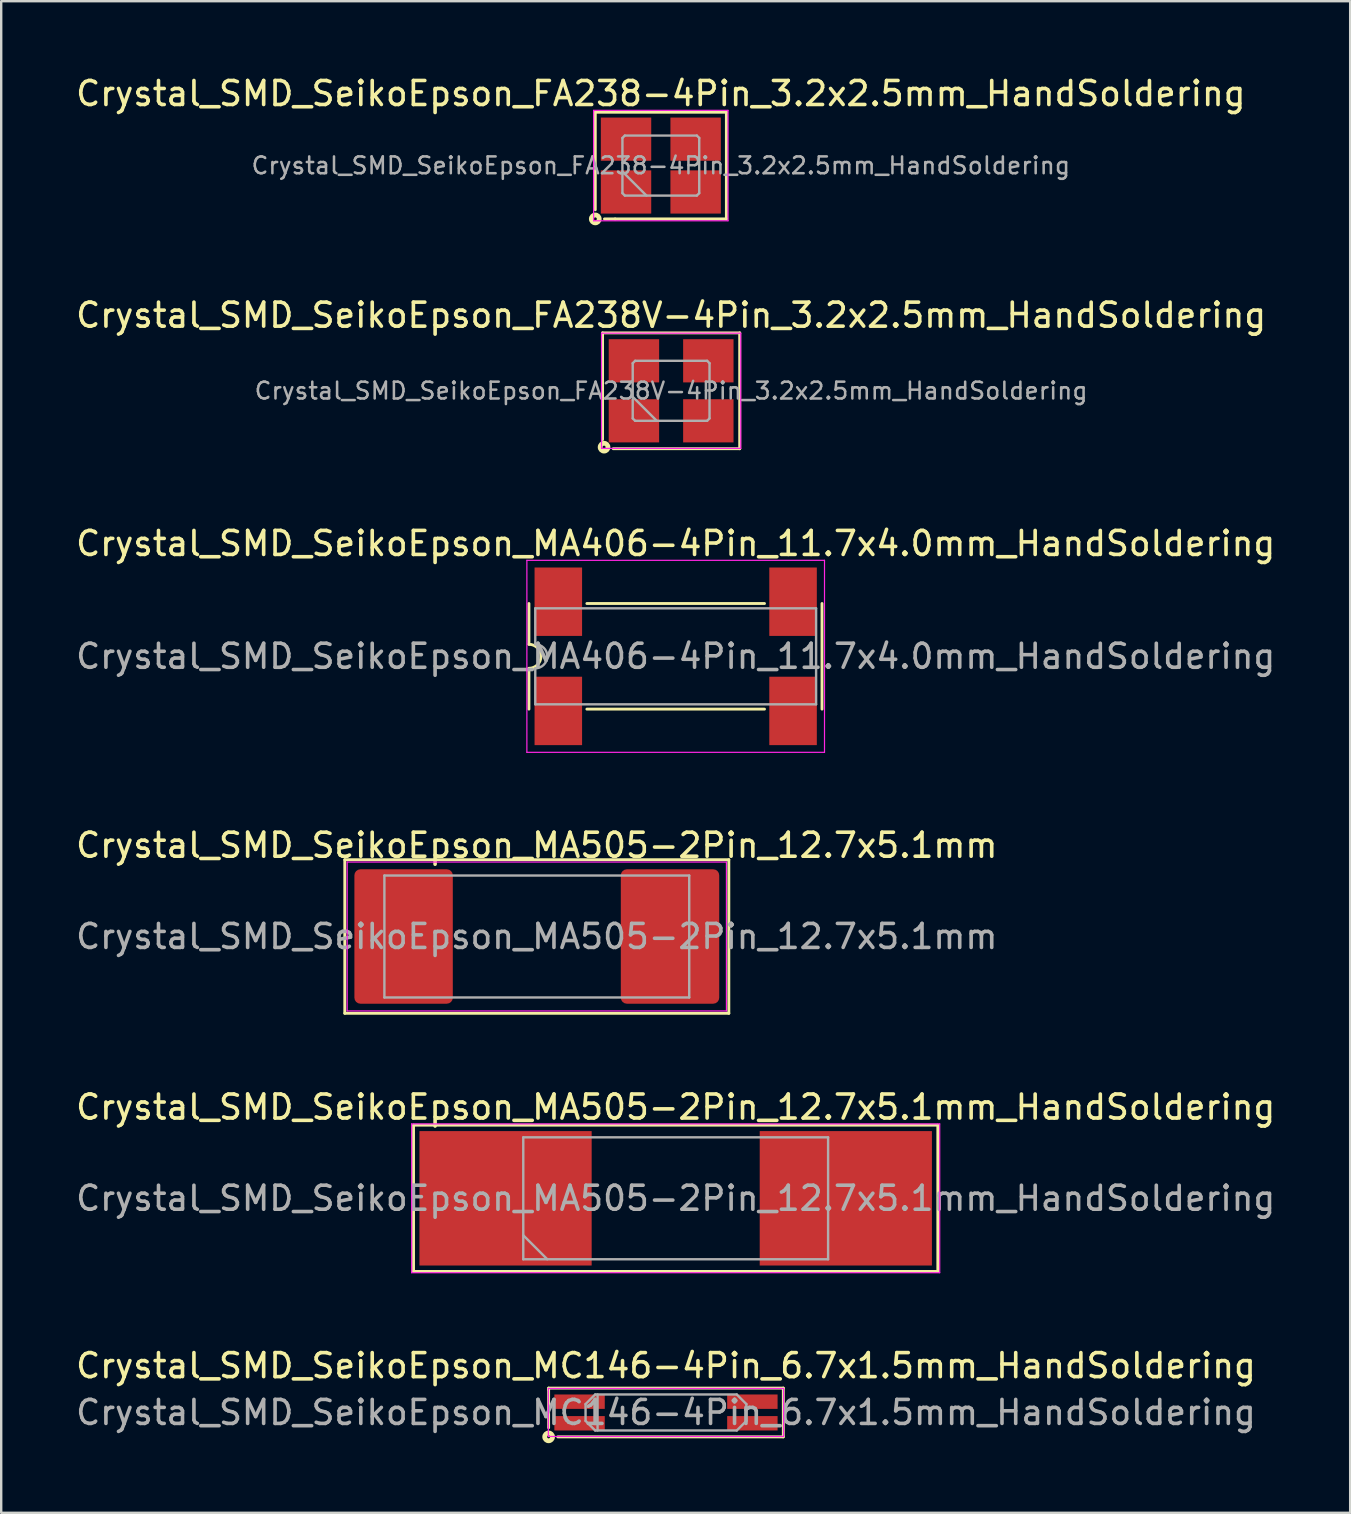
<source format=kicad_pcb>
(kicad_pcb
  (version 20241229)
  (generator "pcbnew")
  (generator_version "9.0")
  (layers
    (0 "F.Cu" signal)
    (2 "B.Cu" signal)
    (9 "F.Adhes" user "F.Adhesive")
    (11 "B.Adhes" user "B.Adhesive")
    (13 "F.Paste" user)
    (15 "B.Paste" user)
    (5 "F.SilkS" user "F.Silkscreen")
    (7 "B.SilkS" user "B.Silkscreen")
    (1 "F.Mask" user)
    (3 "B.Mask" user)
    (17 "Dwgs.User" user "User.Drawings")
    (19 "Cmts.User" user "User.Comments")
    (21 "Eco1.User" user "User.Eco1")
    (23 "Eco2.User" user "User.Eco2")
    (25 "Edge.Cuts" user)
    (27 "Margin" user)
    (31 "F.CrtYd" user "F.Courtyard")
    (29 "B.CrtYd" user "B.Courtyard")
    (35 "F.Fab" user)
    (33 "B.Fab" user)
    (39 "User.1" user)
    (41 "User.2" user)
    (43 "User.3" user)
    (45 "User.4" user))
  (footprint "Crystal_SMD_SeikoEpson_FA238V-4Pin_3.2x2.5mm_HandSoldering"
    (layer "F.Cu")
    (at 24.911 13.232)
    (property "Reference" "Crystal_SMD_SeikoEpson_FA238V-4Pin_3.2x2.5mm_HandSoldering" (at 0 -3.15 0) (layer "F.SilkS") (effects (font (size 1 1) (thickness 0.15))))
    (attr smd)
    (fp_line (start -2.857 -2.413) (end -2.857 2.032) (stroke (width 0.12) (type solid)) (layer "F.SilkS"))
    (fp_line (start -2.413 2.413) (end 2.857 2.413) (stroke (width 0.12) (type solid)) (layer "F.SilkS"))
    (fp_line (start 2.857 -2.413) (end -2.857 -2.413) (stroke (width 0.12) (type solid)) (layer "F.SilkS"))
    (fp_line (start 2.857 2.413) (end 2.857 -2.413) (stroke (width 0.12) (type solid)) (layer "F.SilkS"))
    (fp_circle (center -2.794 2.349) (end -2.731 2.349) (stroke (width 0.2) (type solid)) (fill no) (layer "F.SilkS"))
    (fp_line (start -2.9 -2.4) (end -2.9 2.4) (stroke (width 0.05) (type solid)) (layer "F.CrtYd"))
    (fp_line (start -2.9 2.4) (end 2.9 2.4) (stroke (width 0.05) (type solid)) (layer "F.CrtYd"))
    (fp_line (start 2.9 -2.4) (end -2.9 -2.4) (stroke (width 0.05) (type solid)) (layer "F.CrtYd"))
    (fp_line (start 2.9 2.4) (end 2.9 -2.4) (stroke (width 0.05) (type solid)) (layer "F.CrtYd"))
    (fp_line (start -1.6 -1.15) (end -1.5 -1.25) (stroke (width 0.1) (type solid)) (layer "F.Fab"))
    (fp_line (start -1.6 0.25) (end -0.6 1.25) (stroke (width 0.1) (type solid)) (layer "F.Fab"))
    (fp_line (start -1.6 1.15) (end -1.6 -1.15) (stroke (width 0.1) (type solid)) (layer "F.Fab"))
    (fp_line (start -1.5 -1.25) (end 1.5 -1.25) (stroke (width 0.1) (type solid)) (layer "F.Fab"))
    (fp_line (start -1.5 1.25) (end -1.6 1.15) (stroke (width 0.1) (type solid)) (layer "F.Fab"))
    (fp_line (start 1.5 -1.25) (end 1.6 -1.15) (stroke (width 0.1) (type solid)) (layer "F.Fab"))
    (fp_line (start 1.5 1.25) (end -1.5 1.25) (stroke (width 0.1) (type solid)) (layer "F.Fab"))
    (fp_line (start 1.6 -1.15) (end 1.6 1.15) (stroke (width 0.1) (type solid)) (layer "F.Fab"))
    (fp_line (start 1.6 1.15) (end 1.5 1.25) (stroke (width 0.1) (type solid)) (layer "F.Fab"))
    (fp_text user "${REFERENCE}" (at 0 0 0) (layer "F.Fab") (effects (font (size 0.7 0.7) (thickness 0.105))))
    (pad "1" smd rect (at -1.55 1.25) (size 2.1 1.8) (layers "F.Cu" "F.Mask" "F.Paste"))
    (pad "2" smd rect (at 1.55 1.25) (size 2.1 1.8) (layers "F.Cu" "F.Mask" "F.Paste"))
    (pad "3" smd rect (at 1.55 -1.25) (size 2.1 1.8) (layers "F.Cu" "F.Mask" "F.Paste"))
    (pad "4" smd rect (at -1.55 -1.25) (size 2.1 1.8) (layers "F.Cu" "F.Mask" "F.Paste")))
  (footprint "Crystal_SMD_SeikoEpson_MC146-4Pin_6.7x1.5mm_HandSoldering"
    (layer "F.Cu")
    (at 24.696 55.798)
    (property "Reference" "Crystal_SMD_SeikoEpson_MC146-4Pin_6.7x1.5mm_HandSoldering" (at 0 -1.95 0) (layer "F.SilkS") (effects (font (size 1 1) (thickness 0.15))))
    (attr smd)
    (fp_line (start -4.889 -1.016) (end 4.889 -1.016) (stroke (width 0.12) (type solid)) (layer "F.SilkS"))
    (fp_line (start -4.889 -0.953) (end -4.889 -1.016) (stroke (width 0.12) (type solid)) (layer "F.SilkS"))
    (fp_line (start -4.889 0.635) (end -4.889 -0.953) (stroke (width 0.12) (type solid)) (layer "F.SilkS"))
    (fp_line (start 4.889 -1.016) (end 4.889 1.016) (stroke (width 0.12) (type solid)) (layer "F.SilkS"))
    (fp_line (start 4.889 1.016) (end -4.508 1.016) (stroke (width 0.12) (type solid)) (layer "F.SilkS"))
    (fp_circle (center -4.889 1.016) (end -4.826 1.016) (stroke (width 0.2) (type solid)) (fill no) (layer "F.SilkS"))
    (fp_line (start -4.9 -1) (end -4.9 1) (stroke (width 0.05) (type solid)) (layer "F.CrtYd"))
    (fp_line (start -4.9 1) (end 4.9 1) (stroke (width 0.05) (type solid)) (layer "F.CrtYd"))
    (fp_line (start 4.9 -1) (end -4.9 -1) (stroke (width 0.05) (type solid)) (layer "F.CrtYd"))
    (fp_line (start 4.9 1) (end 4.9 -1) (stroke (width 0.05) (type solid)) (layer "F.CrtYd"))
    (fp_line (start -3.35 -0.35) (end -2.95 -0.75) (stroke (width 0.1) (type solid)) (layer "F.Fab"))
    (fp_line (start -3.35 0.35) (end -3.35 -0.35) (stroke (width 0.1) (type solid)) (layer "F.Fab"))
    (fp_line (start -2.95 -0.75) (end 2.95 -0.75) (stroke (width 0.1) (type solid)) (layer "F.Fab"))
    (fp_line (start -2.95 0.75) (end -3.35 0.35) (stroke (width 0.1) (type solid)) (layer "F.Fab"))
    (fp_line (start -2.85 -0.75) (end -2.85 0.75) (stroke (width 0.1) (type solid)) (layer "F.Fab"))
    (fp_line (start 2.95 -0.75) (end 3.35 -0.35) (stroke (width 0.1) (type solid)) (layer "F.Fab"))
    (fp_line (start 2.95 0.75) (end -2.95 0.75) (stroke (width 0.1) (type solid)) (layer "F.Fab"))
    (fp_line (start 3.35 -0.35) (end 3.35 0.35) (stroke (width 0.1) (type solid)) (layer "F.Fab"))
    (fp_line (start 3.35 0.35) (end 2.95 0.75) (stroke (width 0.1) (type solid)) (layer "F.Fab"))
    (fp_text user "${REFERENCE}" (at 0 0 0) (layer "F.Fab") (effects (font (size 1 1) (thickness 0.15))))
    (pad "1" smd rect (at -3.6 0.45) (size 2.1 0.6) (layers "F.Cu" "F.Mask" "F.Paste"))
    (pad "2" smd rect (at 3.6 0.45) (size 2.1 0.6) (layers "F.Cu" "F.Mask" "F.Paste"))
    (pad "3" smd rect (at 3.6 -0.45) (size 2.1 0.6) (layers "F.Cu" "F.Mask" "F.Paste"))
    (pad "4" smd rect (at -3.6 -0.45) (size 2.1 0.6) (layers "F.Cu" "F.Mask" "F.Paste")))
  (footprint "Crystal_SMD_SeikoEpson_MA505-2Pin_12.7x5.1mm"
    (layer "F.Cu")
    (at 19.315 35.967)
    (property "Reference" "Crystal_SMD_SeikoEpson_MA505-2Pin_12.7x5.1mm" (at 0 -3.8 0) (layer "F.SilkS") (effects (font (size 1 1) (thickness 0.15))))
    (attr smd)
    (fp_line (start -8 -3.2) (end -8 3.2) (stroke (width 0.12) (type solid)) (layer "F.SilkS"))
    (fp_line (start -8 3.2) (end 8 3.2) (stroke (width 0.12) (type solid)) (layer "F.SilkS"))
    (fp_line (start 8 -3.2) (end -8 -3.2) (stroke (width 0.12) (type solid)) (layer "F.SilkS"))
    (fp_line (start 8 3.2) (end 8 -3.2) (stroke (width 0.12) (type solid)) (layer "F.SilkS"))
    (fp_line (start -7.9 -3.1) (end -7.9 3.1) (stroke (width 0.05) (type solid)) (layer "F.CrtYd"))
    (fp_line (start -7.9 3.1) (end 7.9 3.1) (stroke (width 0.05) (type solid)) (layer "F.CrtYd"))
    (fp_line (start 7.9 -3.1) (end -7.9 -3.1) (stroke (width 0.05) (type solid)) (layer "F.CrtYd"))
    (fp_line (start 7.9 3.1) (end 7.9 -3.1) (stroke (width 0.05) (type solid)) (layer "F.CrtYd"))
    (fp_line (start -6.35 -2.54) (end -6.35 2.54) (stroke (width 0.1) (type solid)) (layer "F.Fab"))
    (fp_line (start -6.35 2.54) (end 6.35 2.54) (stroke (width 0.1) (type solid)) (layer "F.Fab"))
    (fp_line (start 6.35 -2.54) (end -6.35 -2.54) (stroke (width 0.1) (type solid)) (layer "F.Fab"))
    (fp_line (start 6.35 2.54) (end 6.35 -2.54) (stroke (width 0.1) (type solid)) (layer "F.Fab"))
    (fp_text user "${REFERENCE}" (at 0 0 0) (layer "F.Fab") (effects (font (size 1 1) (thickness 0.15))))
    (pad "1" smd roundrect (at -5.55 0) (size 4.1 5.6) (layers "F.Cu" "F.Mask" "F.Paste") (roundrect_rratio 0.061))
    (pad "2" smd roundrect (at 5.55 0) (size 4.1 5.6) (layers "F.Cu" "F.Mask" "F.Paste") (roundrect_rratio 0.061)))
  (footprint "Crystal_SMD_SeikoEpson_MA505-2Pin_12.7x5.1mm_HandSoldering"
    (layer "F.Cu")
    (at 25.101 46.875)
    (property "Reference" "Crystal_SMD_SeikoEpson_MA505-2Pin_12.7x5.1mm_HandSoldering" (at 0 -3.8 0) (layer "F.SilkS") (effects (font (size 1 1) (thickness 0.15))))
    (attr smd)
    (fp_line (start -10.922 -3.048) (end -10.922 3.048) (stroke (width 0.12) (type solid)) (layer "F.SilkS"))
    (fp_line (start -10.922 3.048) (end 10.922 3.048) (stroke (width 0.12) (type solid)) (layer "F.SilkS"))
    (fp_line (start 10.922 -3.048) (end -10.922 -3.048) (stroke (width 0.12) (type solid)) (layer "F.SilkS"))
    (fp_line (start 10.922 3.048) (end 10.922 -3.048) (stroke (width 0.12) (type solid)) (layer "F.SilkS"))
    (fp_line (start -11 -3.1) (end -11 3.1) (stroke (width 0.05) (type solid)) (layer "F.CrtYd"))
    (fp_line (start -11 3.1) (end 11 3.1) (stroke (width 0.05) (type solid)) (layer "F.CrtYd"))
    (fp_line (start 11 -3.1) (end -11 -3.1) (stroke (width 0.05) (type solid)) (layer "F.CrtYd"))
    (fp_line (start 11 3.1) (end 11 -3.1) (stroke (width 0.05) (type solid)) (layer "F.CrtYd"))
    (fp_line (start -6.35 -2.54) (end -6.35 2.54) (stroke (width 0.1) (type solid)) (layer "F.Fab"))
    (fp_line (start -6.35 1.54) (end -5.35 2.54) (stroke (width 0.1) (type solid)) (layer "F.Fab"))
    (fp_line (start -6.35 2.54) (end 6.35 2.54) (stroke (width 0.1) (type solid)) (layer "F.Fab"))
    (fp_line (start 6.35 -2.54) (end -6.35 -2.54) (stroke (width 0.1) (type solid)) (layer "F.Fab"))
    (fp_line (start 6.35 2.54) (end 6.35 -2.54) (stroke (width 0.1) (type solid)) (layer "F.Fab"))
    (fp_text user "${REFERENCE}" (at 0 0 0) (layer "F.Fab") (effects (font (size 1 1) (thickness 0.15))))
    (pad "1" smd rect (at -7.088 0) (size 7.175 5.6) (layers "F.Cu" "F.Mask" "F.Paste"))
    (pad "2" smd rect (at 7.088 0) (size 7.175 5.6) (layers "F.Cu" "F.Mask" "F.Paste")))
  (footprint "Crystal_SMD_SeikoEpson_MA406-4Pin_11.7x4.0mm_HandSoldering"
    (layer "F.Cu")
    (at 25.101 24.294)
    (property "Reference" "Crystal_SMD_SeikoEpson_MA406-4Pin_11.7x4.0mm_HandSoldering" (at 0 -4.7 0) (layer "F.SilkS") (effects (font (size 1 1) (thickness 0.15))))
    (attr smd)
    (fp_line (start -6.114 -0.5) (end -6.114 -2.2) (stroke (width 0.12) (type solid)) (layer "F.SilkS"))
    (fp_line (start -6.114 2.2) (end -6.114 0.5) (stroke (width 0.12) (type solid)) (layer "F.SilkS"))
    (fp_line (start -3.7 -2.2) (end 3.7 -2.2) (stroke (width 0.12) (type solid)) (layer "F.SilkS"))
    (fp_line (start 3.7 2.2) (end -3.7 2.2) (stroke (width 0.12) (type solid)) (layer "F.SilkS"))
    (fp_line (start 6.096 -2.2) (end 6.096 2.2) (stroke (width 0.12) (type solid)) (layer "F.SilkS"))
    (fp_arc (start -6.1135 -0.5) (mid -5.6135 0) (end -6.1135 0.5) (stroke (width 0.12) (type solid)) (layer "F.SilkS"))
    (fp_line (start -6.2 -4) (end -6.2 4) (stroke (width 0.05) (type solid)) (layer "F.CrtYd"))
    (fp_line (start -6.2 4) (end 6.2 4) (stroke (width 0.05) (type solid)) (layer "F.CrtYd"))
    (fp_line (start 6.2 -4) (end -6.2 -4) (stroke (width 0.05) (type solid)) (layer "F.CrtYd"))
    (fp_line (start 6.2 4) (end 6.2 -4) (stroke (width 0.05) (type solid)) (layer "F.CrtYd"))
    (fp_line (start -5.85 -2) (end 5.85 -2) (stroke (width 0.1) (type solid)) (layer "F.Fab"))
    (fp_line (start -5.85 -0.5) (end -5.85 -2) (stroke (width 0.1) (type solid)) (layer "F.Fab"))
    (fp_line (start -5.85 2) (end -5.85 0.5) (stroke (width 0.1) (type solid)) (layer "F.Fab"))
    (fp_line (start 5.85 -2) (end 5.85 2) (stroke (width 0.1) (type solid)) (layer "F.Fab"))
    (fp_line (start 5.85 2) (end -5.85 2) (stroke (width 0.1) (type solid)) (layer "F.Fab"))
    (fp_arc (start -5.85 -0.5) (mid -5.35 0) (end -5.85 0.5) (stroke (width 0.1) (type solid)) (layer "F.Fab"))
    (fp_text user "${REFERENCE}" (at 0 0 0) (layer "F.Fab") (effects (font (size 1 1) (thickness 0.15))))
    (pad "1" smd rect (at -4.89 2.275) (size 1.98 2.85) (layers "F.Cu" "F.Mask" "F.Paste"))
    (pad "2" smd rect (at 4.89 2.275) (size 1.98 2.85) (layers "F.Cu" "F.Mask" "F.Paste"))
    (pad "3" smd rect (at 4.89 -2.275) (size 1.98 2.85) (layers "F.Cu" "F.Mask" "F.Paste"))
    (pad "4" smd rect (at -4.89 -2.275) (size 1.98 2.85) (layers "F.Cu" "F.Mask" "F.Paste")))
  (footprint "Crystal_SMD_SeikoEpson_FA238-4Pin_3.2x2.5mm_HandSoldering"
    (layer "F.Cu")
    (at 24.482 3.848)
    (property "Reference" "Crystal_SMD_SeikoEpson_FA238-4Pin_3.2x2.5mm_HandSoldering" (at 0 -3 0) (layer "F.SilkS") (effects (font (size 1 1) (thickness 0.15))))
    (attr smd)
    (fp_line (start -2.731 -2.223) (end -2.731 1.841) (stroke (width 0.12) (type solid)) (layer "F.SilkS"))
    (fp_line (start -2.731 -2.223) (end 2.731 -2.223) (stroke (width 0.12) (type solid)) (layer "F.SilkS"))
    (fp_line (start -1.905 2.223) (end -2.349 2.223) (stroke (width 0.12) (type solid)) (layer "F.SilkS"))
    (fp_line (start 2.731 -2.223) (end 2.731 2.223) (stroke (width 0.12) (type solid)) (layer "F.SilkS"))
    (fp_line (start 2.731 2.223) (end -1.905 2.223) (stroke (width 0.12) (type solid)) (layer "F.SilkS"))
    (fp_circle (center -2.731 2.223) (end -2.667 2.223) (stroke (width 0.2) (type solid)) (fill no) (layer "F.SilkS"))
    (fp_line (start -2.8 -2.3) (end -2.8 2.3) (stroke (width 0.05) (type solid)) (layer "F.CrtYd"))
    (fp_line (start -2.8 2.3) (end 2.8 2.3) (stroke (width 0.05) (type solid)) (layer "F.CrtYd"))
    (fp_line (start 2.8 -2.3) (end -2.8 -2.3) (stroke (width 0.05) (type solid)) (layer "F.CrtYd"))
    (fp_line (start 2.8 2.3) (end 2.8 -2.3) (stroke (width 0.05) (type solid)) (layer "F.CrtYd"))
    (fp_line (start -1.6 -1.15) (end -1.5 -1.25) (stroke (width 0.1) (type solid)) (layer "F.Fab"))
    (fp_line (start -1.6 0.25) (end -0.6 1.25) (stroke (width 0.1) (type solid)) (layer "F.Fab"))
    (fp_line (start -1.6 1.15) (end -1.6 -1.15) (stroke (width 0.1) (type solid)) (layer "F.Fab"))
    (fp_line (start -1.5 -1.25) (end 1.5 -1.25) (stroke (width 0.1) (type solid)) (layer "F.Fab"))
    (fp_line (start -1.5 1.25) (end -1.6 1.15) (stroke (width 0.1) (type solid)) (layer "F.Fab"))
    (fp_line (start 1.5 -1.25) (end 1.6 -1.15) (stroke (width 0.1) (type solid)) (layer "F.Fab"))
    (fp_line (start 1.5 1.25) (end -1.5 1.25) (stroke (width 0.1) (type solid)) (layer "F.Fab"))
    (fp_line (start 1.6 -1.15) (end 1.6 1.15) (stroke (width 0.1) (type solid)) (layer "F.Fab"))
    (fp_line (start 1.6 1.15) (end 1.5 1.25) (stroke (width 0.1) (type solid)) (layer "F.Fab"))
    (fp_text user "${REFERENCE}" (at 0 0 0) (layer "F.Fab") (effects (font (size 0.7 0.7) (thickness 0.105))))
    (pad "1" smd rect (at -1.45 1.1) (size 2.1 1.8) (layers "F.Cu" "F.Mask" "F.Paste"))
    (pad "2" smd rect (at 1.45 1.1) (size 2.1 1.8) (layers "F.Cu" "F.Mask" "F.Paste"))
    (pad "3" smd rect (at 1.45 -1.1) (size 2.1 1.8) (layers "F.Cu" "F.Mask" "F.Paste"))
    (pad "4" smd rect (at -1.45 -1.1) (size 2.1 1.8) (layers "F.Cu" "F.Mask" "F.Paste")))
  (gr_rect
    (start -3 -3)
    (end 53.202 59.978)
    (stroke (width 0.1) (type default))
    (fill no)
    (layer "Edge.Cuts")))
</source>
